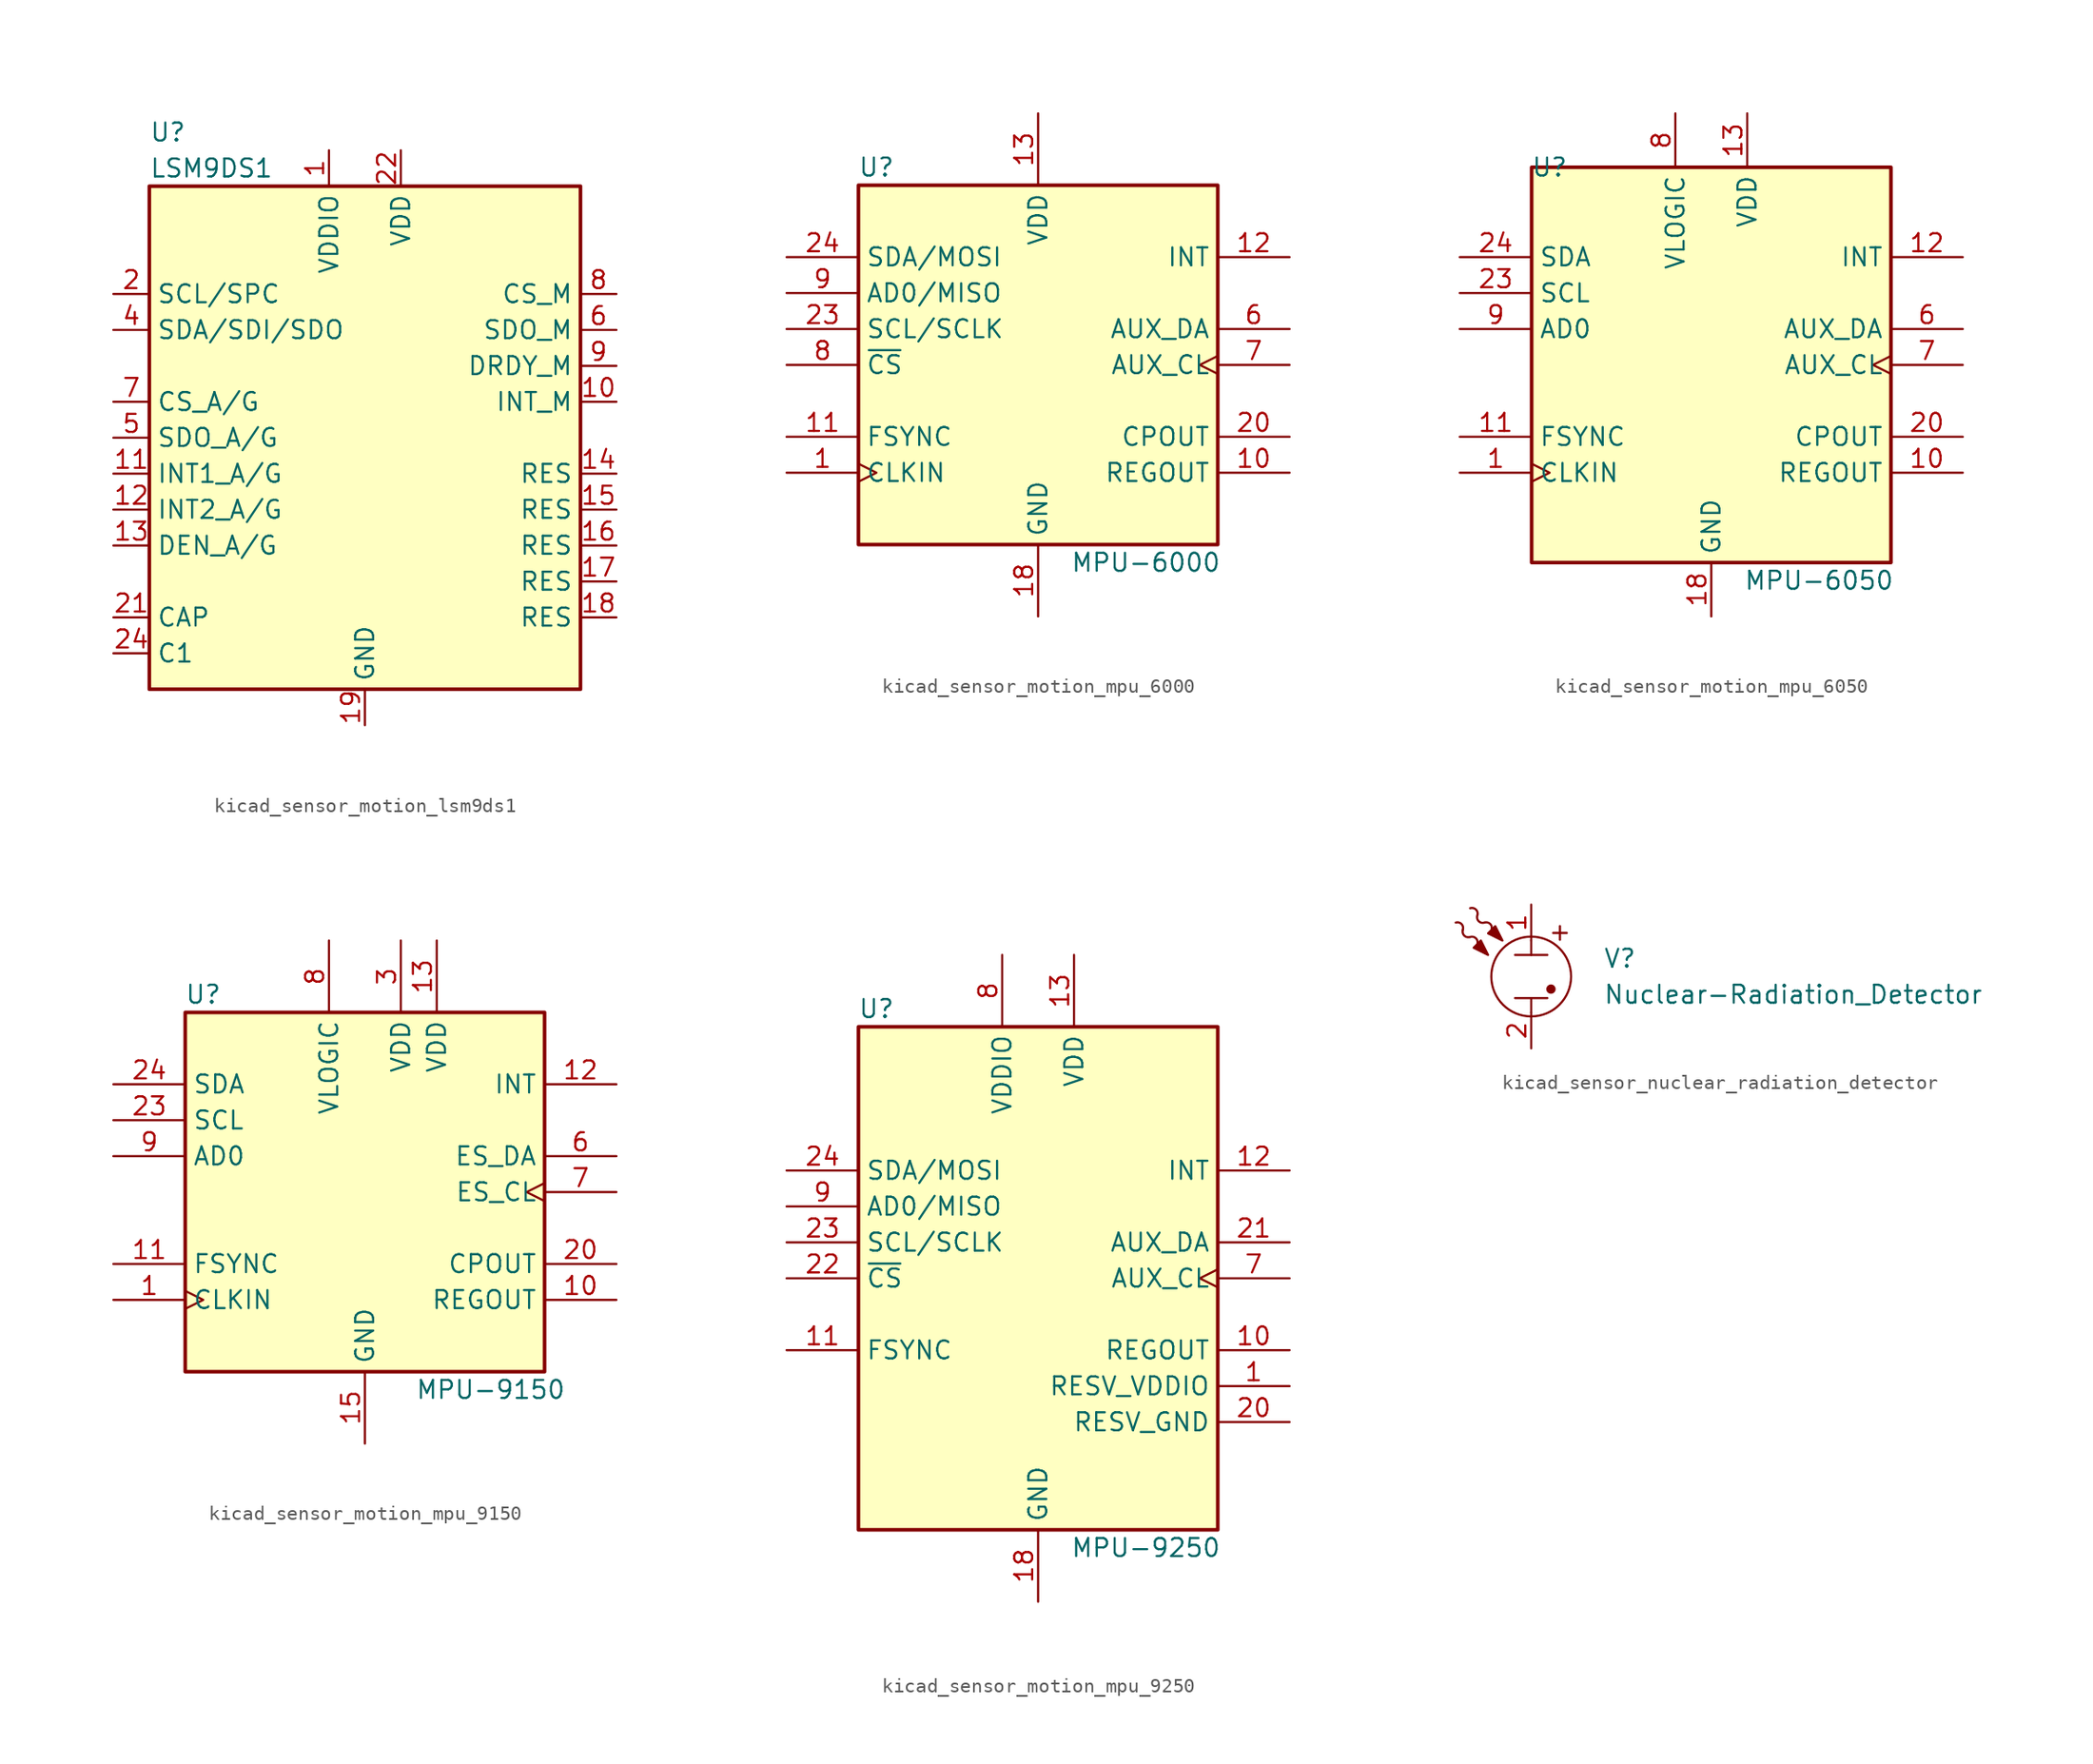
<source format=kicad_sym>
(kicad_symbol_lib
  (version 20220914)
  (generator kicad_symbol_editor)
  (symbol "kicad_sensor_motion_lsm9ds1"
    (property "Reference" "U"
      (at -15.24 21.59 0)
      (effects (font (size 1.27 1.27)) (justify left)))
    (property "Value" "LSM9DS1"
      (at -15.24 19.05 0)
      (effects (font (size 1.27 1.27)) (justify left)))
    (symbol "kicad_sensor_motion_lsm9ds1_0_1"
      (rectangle (start -15.24 17.78) (end 15.24 -17.78) (stroke (width 0.254) (type default)) (fill (type background))))
    (symbol "kicad_sensor_motion_lsm9ds1_1_1"
      (pin power_in line (at -2.54 20.32 270) (length 2.54) (name "VDDIO" (effects (font (size 1.27 1.27)))) (number "1" (effects (font (size 1.27 1.27)))))
      (pin output line (at 17.78 2.54 180) (length 2.54) (name "INT_M" (effects (font (size 1.27 1.27)))) (number "10" (effects (font (size 1.27 1.27)))))
      (pin output line (at -17.78 -2.54 0) (length 2.54) (name "INT1_A/G" (effects (font (size 1.27 1.27)))) (number "11" (effects (font (size 1.27 1.27)))))
      (pin output line (at -17.78 -5.08 0) (length 2.54) (name "INT2_A/G" (effects (font (size 1.27 1.27)))) (number "12" (effects (font (size 1.27 1.27)))))
      (pin input line (at -17.78 -7.62 0) (length 2.54) (name "DEN_A/G" (effects (font (size 1.27 1.27)))) (number "13" (effects (font (size 1.27 1.27)))))
      (pin bidirectional line (at 17.78 -2.54 180) (length 2.54) (name "RES" (effects (font (size 1.27 1.27)))) (number "14" (effects (font (size 1.27 1.27)))))
      (pin bidirectional line (at 17.78 -5.08 180) (length 2.54) (name "RES" (effects (font (size 1.27 1.27)))) (number "15" (effects (font (size 1.27 1.27)))))
      (pin bidirectional line (at 17.78 -7.62 180) (length 2.54) (name "RES" (effects (font (size 1.27 1.27)))) (number "16" (effects (font (size 1.27 1.27)))))
      (pin bidirectional line (at 17.78 -10.16 180) (length 2.54) (name "RES" (effects (font (size 1.27 1.27)))) (number "17" (effects (font (size 1.27 1.27)))))
      (pin bidirectional line (at 17.78 -12.7 180) (length 2.54) (name "RES" (effects (font (size 1.27 1.27)))) (number "18" (effects (font (size 1.27 1.27)))))
      (pin power_in line (at 0 -20.32 90) (length 2.54) (name "GND" (effects (font (size 1.27 1.27)))) (number "19" (effects (font (size 1.27 1.27)))))
      (pin input line (at -17.78 10.16 0) (length 2.54) (name "SCL/SPC" (effects (font (size 1.27 1.27)))) (number "2" (effects (font (size 1.27 1.27)))))
      (pin passive line (at 0 -20.32 90) (length 2.54) hide (name "GND" (effects (font (size 1.27 1.27)))) (number "20" (effects (font (size 1.27 1.27)))))
      (pin passive line (at -17.78 -12.7 0) (length 2.54) (name "CAP" (effects (font (size 1.27 1.27)))) (number "21" (effects (font (size 1.27 1.27)))))
      (pin power_in line (at 2.54 20.32 270) (length 2.54) (name "VDD" (effects (font (size 1.27 1.27)))) (number "22" (effects (font (size 1.27 1.27)))))
      (pin passive line (at 2.54 20.32 270) (length 2.54) hide (name "VDD" (effects (font (size 1.27 1.27)))) (number "23" (effects (font (size 1.27 1.27)))))
      (pin passive line (at -17.78 -15.24 0) (length 2.54) (name "C1" (effects (font (size 1.27 1.27)))) (number "24" (effects (font (size 1.27 1.27)))))
      (pin passive line (at -2.54 20.32 270) (length 2.54) hide (name "VDDIO" (effects (font (size 1.27 1.27)))) (number "3" (effects (font (size 1.27 1.27)))))
      (pin bidirectional line (at -17.78 7.62 0) (length 2.54) (name "SDA/SDI/SDO" (effects (font (size 1.27 1.27)))) (number "4" (effects (font (size 1.27 1.27)))))
      (pin output line (at -17.78 0 0) (length 2.54) (name "SDO_A/G" (effects (font (size 1.27 1.27)))) (number "5" (effects (font (size 1.27 1.27)))))
      (pin output line (at 17.78 7.62 180) (length 2.54) (name "SDO_M" (effects (font (size 1.27 1.27)))) (number "6" (effects (font (size 1.27 1.27)))))
      (pin input line (at -17.78 2.54 0) (length 2.54) (name "CS_A/G" (effects (font (size 1.27 1.27)))) (number "7" (effects (font (size 1.27 1.27)))))
      (pin input line (at 17.78 10.16 180) (length 2.54) (name "CS_M" (effects (font (size 1.27 1.27)))) (number "8" (effects (font (size 1.27 1.27)))))
      (pin output line (at 17.78 5.08 180) (length 2.54) (name "DRDY_M" (effects (font (size 1.27 1.27)))) (number "9" (effects (font (size 1.27 1.27)))))))
  (symbol "kicad_sensor_motion_mpu_6000"
    (property "Reference" "U"
      (at -11.43 13.97 0)
      (effects (font (size 1.27 1.27))))
    (property "Value" "MPU-6000"
      (at 7.62 -13.97 0)
      (effects (font (size 1.27 1.27))))
    (symbol "kicad_sensor_motion_mpu_6000_0_1"
      (rectangle (start -12.7 12.7) (end 12.7 -12.7) (stroke (width 0.254) (type default)) (fill (type background))))
    (symbol "kicad_sensor_motion_mpu_6000_1_1"
      (pin input clock (at -17.78 -7.62 0) (length 5.08) (name "CLKIN" (effects (font (size 1.27 1.27)))) (number "1" (effects (font (size 1.27 1.27)))))
      (pin passive line (at 17.78 -7.62 180) (length 5.08) (name "REGOUT" (effects (font (size 1.27 1.27)))) (number "10" (effects (font (size 1.27 1.27)))))
      (pin input line (at -17.78 -5.08 0) (length 5.08) (name "FSYNC" (effects (font (size 1.27 1.27)))) (number "11" (effects (font (size 1.27 1.27)))))
      (pin output line (at 17.78 7.62 180) (length 5.08) (name "INT" (effects (font (size 1.27 1.27)))) (number "12" (effects (font (size 1.27 1.27)))))
      (pin power_in line (at 0 17.78 270) (length 5.08) (name "VDD" (effects (font (size 1.27 1.27)))) (number "13" (effects (font (size 1.27 1.27)))))
      (pin power_in line (at 0 -17.78 90) (length 5.08) (name "GND" (effects (font (size 1.27 1.27)))) (number "18" (effects (font (size 1.27 1.27)))))
      (pin passive line (at 17.78 -5.08 180) (length 5.08) (name "CPOUT" (effects (font (size 1.27 1.27)))) (number "20" (effects (font (size 1.27 1.27)))))
      (pin input line (at -17.78 2.54 0) (length 5.08) (name "SCL/SCLK" (effects (font (size 1.27 1.27)))) (number "23" (effects (font (size 1.27 1.27)))))
      (pin bidirectional line (at -17.78 7.62 0) (length 5.08) (name "SDA/MOSI" (effects (font (size 1.27 1.27)))) (number "24" (effects (font (size 1.27 1.27)))))
      (pin bidirectional line (at 17.78 2.54 180) (length 5.08) (name "AUX_DA" (effects (font (size 1.27 1.27)))) (number "6" (effects (font (size 1.27 1.27)))))
      (pin output clock (at 17.78 0 180) (length 5.08) (name "AUX_CL" (effects (font (size 1.27 1.27)))) (number "7" (effects (font (size 1.27 1.27)))))
      (pin input line (at -17.78 0 0) (length 5.08) (name "~{CS}" (effects (font (size 1.27 1.27)))) (number "8" (effects (font (size 1.27 1.27)))))
      (pin bidirectional line (at -17.78 5.08 0) (length 5.08) (name "AD0/MISO" (effects (font (size 1.27 1.27)))) (number "9" (effects (font (size 1.27 1.27)))))))
  (symbol "kicad_sensor_motion_mpu_6050"
    (property "Reference" "U"
      (at -11.43 13.97 0)
      (effects (font (size 1.27 1.27))))
    (property "Value" "MPU-6050"
      (at 7.62 -15.24 0)
      (effects (font (size 1.27 1.27))))
    (symbol "kicad_sensor_motion_mpu_6050_0_0"
      (text "" (at 12.7 -2.54 0) (effects (font (size 1.27 1.27)))))
    (symbol "kicad_sensor_motion_mpu_6050_0_1"
      (rectangle (start -12.7 13.97) (end 12.7 -13.97) (stroke (width 0.254) (type default)) (fill (type background))))
    (symbol "kicad_sensor_motion_mpu_6050_1_1"
      (pin input clock (at -17.78 -7.62 0) (length 5.08) (name "CLKIN" (effects (font (size 1.27 1.27)))) (number "1" (effects (font (size 1.27 1.27)))))
      (pin passive line (at 17.78 -7.62 180) (length 5.08) (name "REGOUT" (effects (font (size 1.27 1.27)))) (number "10" (effects (font (size 1.27 1.27)))))
      (pin input line (at -17.78 -5.08 0) (length 5.08) (name "FSYNC" (effects (font (size 1.27 1.27)))) (number "11" (effects (font (size 1.27 1.27)))))
      (pin output line (at 17.78 7.62 180) (length 5.08) (name "INT" (effects (font (size 1.27 1.27)))) (number "12" (effects (font (size 1.27 1.27)))))
      (pin power_in line (at 2.54 17.78 270) (length 3.81) (name "VDD" (effects (font (size 1.27 1.27)))) (number "13" (effects (font (size 1.27 1.27)))))
      (pin no_connect line (at -12.7 -10.16 0) (length 2.54) hide (name "NC" (effects (font (size 1.27 1.27)))) (number "14" (effects (font (size 1.27 1.27)))))
      (pin no_connect line (at 12.7 12.7 180) (length 2.54) hide (name "NC" (effects (font (size 1.27 1.27)))) (number "15" (effects (font (size 1.27 1.27)))))
      (pin no_connect line (at 12.7 10.16 180) (length 2.54) hide (name "NC" (effects (font (size 1.27 1.27)))) (number "16" (effects (font (size 1.27 1.27)))))
      (pin no_connect line (at 12.7 5.08 180) (length 2.54) hide (name "NC" (effects (font (size 1.27 1.27)))) (number "17" (effects (font (size 1.27 1.27)))))
      (pin power_in line (at 0 -17.78 90) (length 3.81) (name "GND" (effects (font (size 1.27 1.27)))) (number "18" (effects (font (size 1.27 1.27)))))
      (pin no_connect line (at 12.7 -10.16 180) (length 2.54) hide (name "RESV" (effects (font (size 1.27 1.27)))) (number "19" (effects (font (size 1.27 1.27)))))
      (pin no_connect line (at -12.7 12.7 0) (length 2.54) hide (name "NC" (effects (font (size 1.27 1.27)))) (number "2" (effects (font (size 1.27 1.27)))))
      (pin passive line (at 17.78 -5.08 180) (length 5.08) (name "CPOUT" (effects (font (size 1.27 1.27)))) (number "20" (effects (font (size 1.27 1.27)))))
      (pin no_connect line (at 12.7 -2.54 180) (length 2.54) hide (name "RESV" (effects (font (size 1.27 1.27)))) (number "21" (effects (font (size 1.27 1.27)))))
      (pin no_connect line (at 12.7 -12.7 180) (length 2.54) hide (name "RESV" (effects (font (size 1.27 1.27)))) (number "22" (effects (font (size 1.27 1.27)))))
      (pin input line (at -17.78 5.08 0) (length 5.08) (name "SCL" (effects (font (size 1.27 1.27)))) (number "23" (effects (font (size 1.27 1.27)))))
      (pin bidirectional line (at -17.78 7.62 0) (length 5.08) (name "SDA" (effects (font (size 1.27 1.27)))) (number "24" (effects (font (size 1.27 1.27)))))
      (pin no_connect line (at -12.7 10.16 0) (length 2.54) hide (name "NC" (effects (font (size 1.27 1.27)))) (number "3" (effects (font (size 1.27 1.27)))))
      (pin no_connect line (at -12.7 0 0) (length 2.54) hide (name "NC" (effects (font (size 1.27 1.27)))) (number "4" (effects (font (size 1.27 1.27)))))
      (pin no_connect line (at -12.7 -2.54 0) (length 2.54) hide (name "NC" (effects (font (size 1.27 1.27)))) (number "5" (effects (font (size 1.27 1.27)))))
      (pin bidirectional line (at 17.78 2.54 180) (length 5.08) (name "AUX_DA" (effects (font (size 1.27 1.27)))) (number "6" (effects (font (size 1.27 1.27)))))
      (pin output clock (at 17.78 0 180) (length 5.08) (name "AUX_CL" (effects (font (size 1.27 1.27)))) (number "7" (effects (font (size 1.27 1.27)))))
      (pin power_in line (at -2.54 17.78 270) (length 3.81) (name "VLOGIC" (effects (font (size 1.27 1.27)))) (number "8" (effects (font (size 1.27 1.27)))))
      (pin input line (at -17.78 2.54 0) (length 5.08) (name "AD0" (effects (font (size 1.27 1.27)))) (number "9" (effects (font (size 1.27 1.27)))))))
  (symbol "kicad_sensor_motion_mpu_9150"
    (property "Reference" "U"
      (at -11.43 13.97 0)
      (effects (font (size 1.27 1.27))))
    (property "Value" "MPU-9150"
      (at 8.89 -13.97 0)
      (effects (font (size 1.27 1.27))))
    (symbol "kicad_sensor_motion_mpu_9150_0_1"
      (rectangle (start -12.7 12.7) (end 12.7 -12.7) (stroke (width 0.254) (type default)) (fill (type background))))
    (symbol "kicad_sensor_motion_mpu_9150_1_1"
      (pin input clock (at -17.78 -7.62 0) (length 5.08) (name "CLKIN" (effects (font (size 1.27 1.27)))) (number "1" (effects (font (size 1.27 1.27)))))
      (pin passive line (at 17.78 -7.62 180) (length 5.08) (name "REGOUT" (effects (font (size 1.27 1.27)))) (number "10" (effects (font (size 1.27 1.27)))))
      (pin input line (at -17.78 -5.08 0) (length 5.08) (name "FSYNC" (effects (font (size 1.27 1.27)))) (number "11" (effects (font (size 1.27 1.27)))))
      (pin output line (at 17.78 7.62 180) (length 5.08) (name "INT" (effects (font (size 1.27 1.27)))) (number "12" (effects (font (size 1.27 1.27)))))
      (pin power_in line (at 5.08 17.78 270) (length 5.08) (name "VDD" (effects (font (size 1.27 1.27)))) (number "13" (effects (font (size 1.27 1.27)))))
      (pin power_in line (at 0 -17.78 90) (length 5.08) (name "GND" (effects (font (size 1.27 1.27)))) (number "15" (effects (font (size 1.27 1.27)))))
      (pin passive line (at 0 -17.78 90) (length 5.08) hide (name "GND" (effects (font (size 1.27 1.27)))) (number "17" (effects (font (size 1.27 1.27)))))
      (pin passive line (at 0 -17.78 90) (length 5.08) hide (name "GND" (effects (font (size 1.27 1.27)))) (number "18" (effects (font (size 1.27 1.27)))))
      (pin passive line (at 17.78 -5.08 180) (length 5.08) (name "CPOUT" (effects (font (size 1.27 1.27)))) (number "20" (effects (font (size 1.27 1.27)))))
      (pin input line (at -17.78 5.08 0) (length 5.08) (name "SCL" (effects (font (size 1.27 1.27)))) (number "23" (effects (font (size 1.27 1.27)))))
      (pin bidirectional line (at -17.78 7.62 0) (length 5.08) (name "SDA" (effects (font (size 1.27 1.27)))) (number "24" (effects (font (size 1.27 1.27)))))
      (pin power_in line (at 2.54 17.78 270) (length 5.08) (name "VDD" (effects (font (size 1.27 1.27)))) (number "3" (effects (font (size 1.27 1.27)))))
      (pin bidirectional line (at 17.78 2.54 180) (length 5.08) (name "ES_DA" (effects (font (size 1.27 1.27)))) (number "6" (effects (font (size 1.27 1.27)))))
      (pin output clock (at 17.78 0 180) (length 5.08) (name "ES_CL" (effects (font (size 1.27 1.27)))) (number "7" (effects (font (size 1.27 1.27)))))
      (pin power_in line (at -2.54 17.78 270) (length 5.08) (name "VLOGIC" (effects (font (size 1.27 1.27)))) (number "8" (effects (font (size 1.27 1.27)))))
      (pin input line (at -17.78 2.54 0) (length 5.08) (name "AD0" (effects (font (size 1.27 1.27)))) (number "9" (effects (font (size 1.27 1.27)))))))
  (symbol "kicad_sensor_motion_mpu_9250"
    (property "Reference" "U"
      (at -11.43 19.05 0)
      (effects (font (size 1.27 1.27))))
    (property "Value" "MPU-9250"
      (at 7.62 -19.05 0)
      (effects (font (size 1.27 1.27))))
    (symbol "kicad_sensor_motion_mpu_9250_0_1"
      (rectangle (start -12.7 17.78) (end 12.7 -17.78) (stroke (width 0.254) (type default)) (fill (type background))))
    (symbol "kicad_sensor_motion_mpu_9250_1_1"
      (pin input line (at 17.78 -7.62 180) (length 5.08) (name "RESV_VDDIO" (effects (font (size 1.27 1.27)))) (number "1" (effects (font (size 1.27 1.27)))))
      (pin passive line (at 17.78 -5.08 180) (length 5.08) (name "REGOUT" (effects (font (size 1.27 1.27)))) (number "10" (effects (font (size 1.27 1.27)))))
      (pin input line (at -17.78 -5.08 0) (length 5.08) (name "FSYNC" (effects (font (size 1.27 1.27)))) (number "11" (effects (font (size 1.27 1.27)))))
      (pin output line (at 17.78 7.62 180) (length 5.08) (name "INT" (effects (font (size 1.27 1.27)))) (number "12" (effects (font (size 1.27 1.27)))))
      (pin power_in line (at 2.54 22.86 270) (length 5.08) (name "VDD" (effects (font (size 1.27 1.27)))) (number "13" (effects (font (size 1.27 1.27)))))
      (pin power_in line (at 0 -22.86 90) (length 5.08) (name "GND" (effects (font (size 1.27 1.27)))) (number "18" (effects (font (size 1.27 1.27)))))
      (pin power_in line (at 17.78 -10.16 180) (length 5.08) (name "RESV_GND" (effects (font (size 1.27 1.27)))) (number "20" (effects (font (size 1.27 1.27)))))
      (pin bidirectional line (at 17.78 2.54 180) (length 5.08) (name "AUX_DA" (effects (font (size 1.27 1.27)))) (number "21" (effects (font (size 1.27 1.27)))))
      (pin input line (at -17.78 0 0) (length 5.08) (name "~{CS}" (effects (font (size 1.27 1.27)))) (number "22" (effects (font (size 1.27 1.27)))))
      (pin input line (at -17.78 2.54 0) (length 5.08) (name "SCL/SCLK" (effects (font (size 1.27 1.27)))) (number "23" (effects (font (size 1.27 1.27)))))
      (pin bidirectional line (at -17.78 7.62 0) (length 5.08) (name "SDA/MOSI" (effects (font (size 1.27 1.27)))) (number "24" (effects (font (size 1.27 1.27)))))
      (pin output clock (at 17.78 0 180) (length 5.08) (name "AUX_CL" (effects (font (size 1.27 1.27)))) (number "7" (effects (font (size 1.27 1.27)))))
      (pin power_in line (at -2.54 22.86 270) (length 5.08) (name "VDDIO" (effects (font (size 1.27 1.27)))) (number "8" (effects (font (size 1.27 1.27)))))
      (pin bidirectional line (at -17.78 5.08 0) (length 5.08) (name "AD0/MISO" (effects (font (size 1.27 1.27)))) (number "9" (effects (font (size 1.27 1.27)))))))
  (symbol "kicad_sensor_nuclear_radiation_detector"
    (pin_names
      (offset 0) hide)
    (property "Reference" "V"
      (at 5.08 1.27 0)
      (effects (font (size 1.27 1.27)) (justify left)))
    (property "Value" "Nuclear-Radiation_Detector"
      (at 5.08 -1.27 0)
      (effects (font (size 1.27 1.27)) (justify left)))
    (symbol "kicad_sensor_nuclear_radiation_detector_0_0"
      (text "+" (at 2.032 3.175 0) (effects (font (size 1.27 1.27)))))
    (symbol "kicad_sensor_nuclear_radiation_detector_0_1"
      (arc (start -2.794 3.302) (mid -2.891 3.713) (end -3.302 3.81) (stroke (width 0) (type default)) (fill (type none)))
      (polyline (pts (xy -1.143 -1.524) (xy 1.143 -1.524)) (stroke (width 0) (type default)) (fill (type none)))
      (polyline (pts (xy -1.143 1.524) (xy 1.143 1.524)) (stroke (width 0) (type default)) (fill (type none)))
      (polyline (pts (xy 0 -1.524) (xy 0 -2.54)) (stroke (width 0) (type default)) (fill (type none)))
      (polyline (pts (xy 0 2.54) (xy 0 1.524)) (stroke (width 0) (type default)) (fill (type none)))
      (polyline (pts (xy -2.54 3.556) (xy -3.048 3.048) (xy -2.032 2.54) (xy -2.54 3.556)) (stroke (width 0) (type default)) (fill (type outline)))
      (circle (center 0 0) (radius 2.819) (stroke (width 0) (type default)) (fill (type none)))
      (circle (center 1.397 -0.889) (radius 0.254) (stroke (width 0) (type default)) (fill (type outline))))
    (symbol "kicad_sensor_nuclear_radiation_detector_1_1"
      (arc (start -4.826 3.302) (mid -4.923 3.713) (end -5.334 3.81) (stroke (width 0) (type default)) (fill (type none)))
      (arc (start -4.826 3.302) (mid -4.729 2.891) (end -4.318 2.794) (stroke (width 0) (type default)) (fill (type none)))
      (arc (start -3.81 2.286) (mid -3.907 2.697) (end -4.318 2.794) (stroke (width 0) (type default)) (fill (type none)))
      (arc (start -3.81 4.318) (mid -3.907 4.729) (end -4.318 4.826) (stroke (width 0) (type default)) (fill (type none)))
      (arc (start -3.81 4.318) (mid -3.713 3.907) (end -3.302 3.81) (stroke (width 0) (type default)) (fill (type none)))
      (polyline (pts (xy -3.556 2.54) (xy -4.064 2.032) (xy -3.048 1.524) (xy -3.556 2.54)) (stroke (width 0) (type default)) (fill (type outline)))
      (pin passive line (at 0 5.08 270) (length 2.54) (name "1" (effects (font (size 1.27 1.27)))) (number "1" (effects (font (size 1.27 1.27)))))
      (pin passive line (at 0 -5.08 90) (length 2.54) (name "2" (effects (font (size 1.27 1.27)))) (number "2" (effects (font (size 1.27 1.27))))))))
</source>
